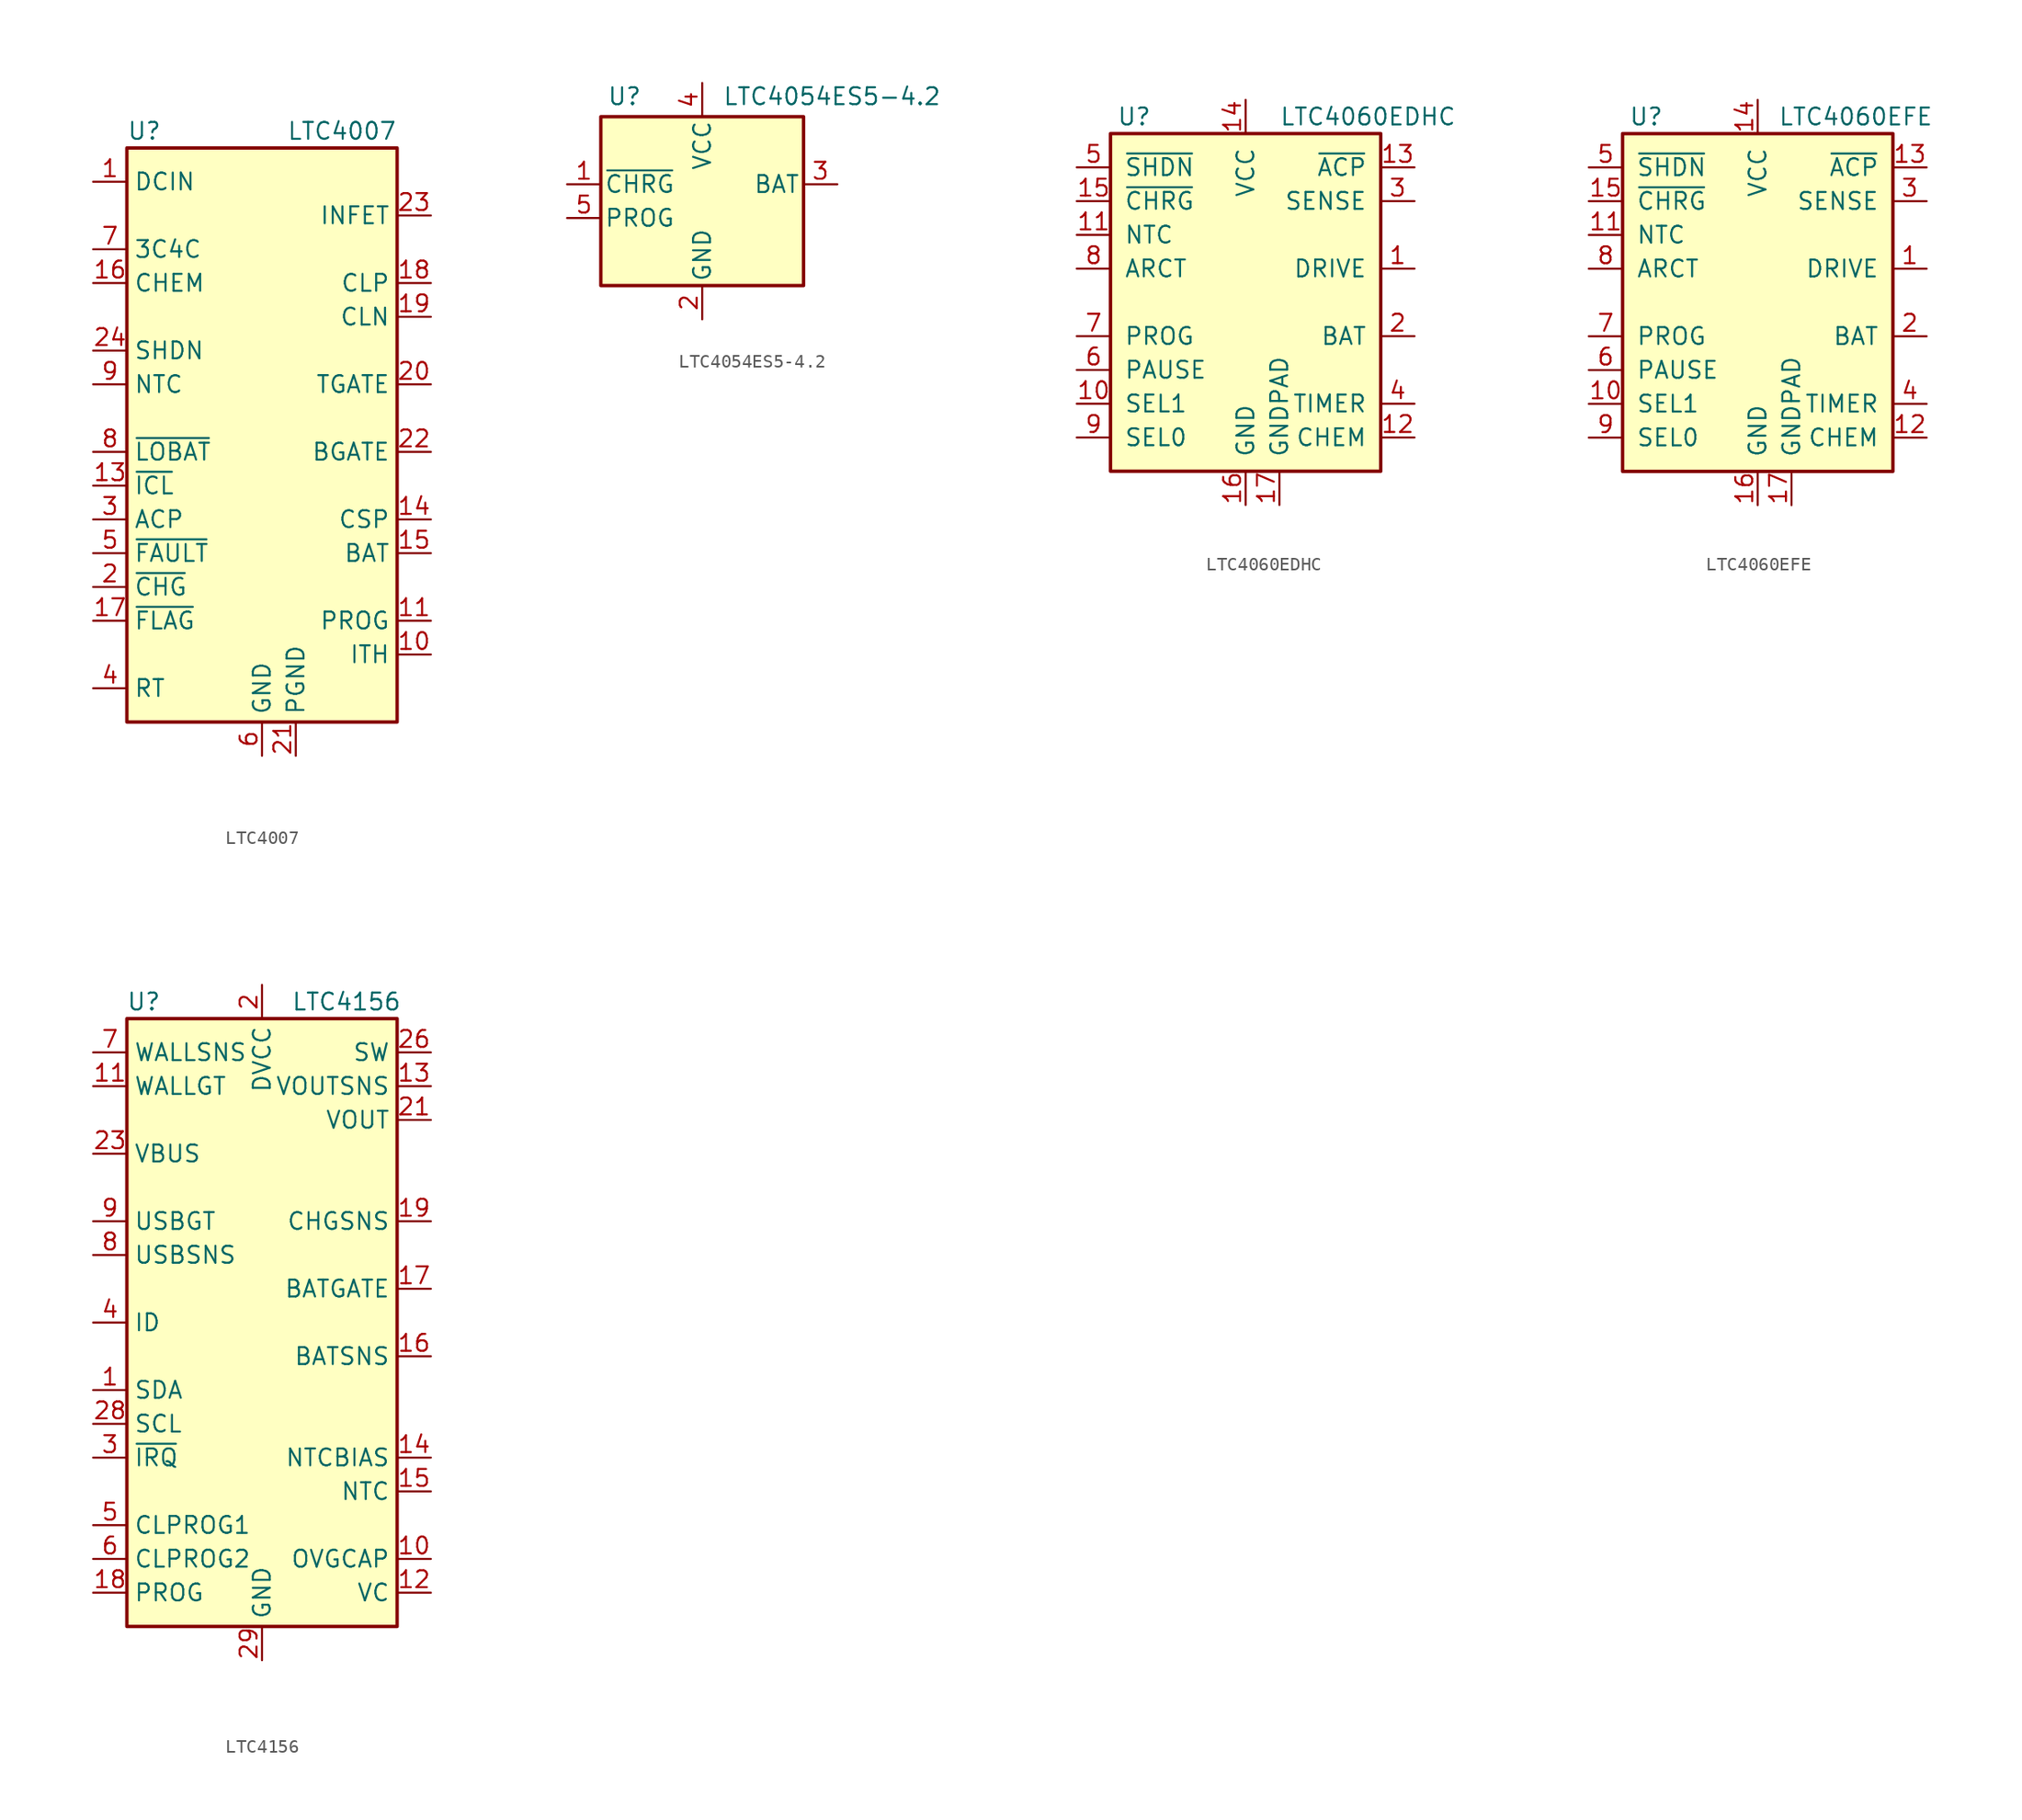
<source format=kicad_sym>
(kicad_symbol_lib
  (version 20220914)
  (generator kicad_symbol_editor)
  (symbol "LTC4007"
    (property "Reference" "U"
      (at -10.16 24.13 0)
      (effects (font (size 1.27 1.27)) (justify left)))
    (property "Value" "LTC4007"
      (at 10.16 24.13 0)
      (effects (font (size 1.27 1.27)) (justify right)))
    (symbol "LTC4007_0_1"
      (rectangle (start -10.16 22.86) (end 10.16 -20.32) (stroke (width 0.254) (type default)) (fill (type background))))
    (symbol "LTC4007_1_1"
      (pin input line (at -12.7 20.32 0) (length 2.54) (name "DCIN" (effects (font (size 1.27 1.27)))) (number "1" (effects (font (size 1.27 1.27)))))
      (pin passive line (at 12.7 -15.24 180) (length 2.54) (name "ITH" (effects (font (size 1.27 1.27)))) (number "10" (effects (font (size 1.27 1.27)))))
      (pin bidirectional line (at 12.7 -12.7 180) (length 2.54) (name "PROG" (effects (font (size 1.27 1.27)))) (number "11" (effects (font (size 1.27 1.27)))))
      (pin no_connect line (at -2.54 -20.32 90) (length 2.54) hide (name "NC" (effects (font (size 1.27 1.27)))) (number "12" (effects (font (size 1.27 1.27)))))
      (pin output line (at -12.7 -2.54 0) (length 2.54) (name "~{ICL}" (effects (font (size 1.27 1.27)))) (number "13" (effects (font (size 1.27 1.27)))))
      (pin input line (at 12.7 -5.08 180) (length 2.54) (name "CSP" (effects (font (size 1.27 1.27)))) (number "14" (effects (font (size 1.27 1.27)))))
      (pin input line (at 12.7 -7.62 180) (length 2.54) (name "BAT" (effects (font (size 1.27 1.27)))) (number "15" (effects (font (size 1.27 1.27)))))
      (pin input line (at -12.7 12.7 0) (length 2.54) (name "CHEM" (effects (font (size 1.27 1.27)))) (number "16" (effects (font (size 1.27 1.27)))))
      (pin open_collector line (at -12.7 -12.7 0) (length 2.54) (name "~{FLAG}" (effects (font (size 1.27 1.27)))) (number "17" (effects (font (size 1.27 1.27)))))
      (pin input line (at 12.7 12.7 180) (length 2.54) (name "CLP" (effects (font (size 1.27 1.27)))) (number "18" (effects (font (size 1.27 1.27)))))
      (pin input line (at 12.7 10.16 180) (length 2.54) (name "CLN" (effects (font (size 1.27 1.27)))) (number "19" (effects (font (size 1.27 1.27)))))
      (pin output line (at -12.7 -10.16 0) (length 2.54) (name "~{CHG}" (effects (font (size 1.27 1.27)))) (number "2" (effects (font (size 1.27 1.27)))))
      (pin output line (at 12.7 5.08 180) (length 2.54) (name "TGATE" (effects (font (size 1.27 1.27)))) (number "20" (effects (font (size 1.27 1.27)))))
      (pin power_in line (at 2.54 -22.86 90) (length 2.54) (name "PGND" (effects (font (size 1.27 1.27)))) (number "21" (effects (font (size 1.27 1.27)))))
      (pin output line (at 12.7 0 180) (length 2.54) (name "BGATE" (effects (font (size 1.27 1.27)))) (number "22" (effects (font (size 1.27 1.27)))))
      (pin output line (at 12.7 17.78 180) (length 2.54) (name "INFET" (effects (font (size 1.27 1.27)))) (number "23" (effects (font (size 1.27 1.27)))))
      (pin input line (at -12.7 7.62 0) (length 2.54) (name "SHDN" (effects (font (size 1.27 1.27)))) (number "24" (effects (font (size 1.27 1.27)))))
      (pin open_collector line (at -12.7 -5.08 0) (length 2.54) (name "ACP" (effects (font (size 1.27 1.27)))) (number "3" (effects (font (size 1.27 1.27)))))
      (pin passive line (at -12.7 -17.78 0) (length 2.54) (name "RT" (effects (font (size 1.27 1.27)))) (number "4" (effects (font (size 1.27 1.27)))))
      (pin open_collector line (at -12.7 -7.62 0) (length 2.54) (name "~{FAULT}" (effects (font (size 1.27 1.27)))) (number "5" (effects (font (size 1.27 1.27)))))
      (pin power_in line (at 0 -22.86 90) (length 2.54) (name "GND" (effects (font (size 1.27 1.27)))) (number "6" (effects (font (size 1.27 1.27)))))
      (pin input line (at -12.7 15.24 0) (length 2.54) (name "3C4C" (effects (font (size 1.27 1.27)))) (number "7" (effects (font (size 1.27 1.27)))))
      (pin output line (at -12.7 0 0) (length 2.54) (name "~{LOBAT}" (effects (font (size 1.27 1.27)))) (number "8" (effects (font (size 1.27 1.27)))))
      (pin input line (at -12.7 5.08 0) (length 2.54) (name "NTC" (effects (font (size 1.27 1.27)))) (number "9" (effects (font (size 1.27 1.27)))))))
  (symbol "LTC4054ES5-4.2"
    (pin_names
      (offset 0.254))
    (property "Reference" "U"
      (at -5.842 6.604 0)
      (effects (font (size 1.27 1.27))))
    (property "Value" "LTC4054ES5-4.2"
      (at 1.524 6.604 0)
      (effects (font (size 1.27 1.27)) (justify left)))
    (symbol "LTC4054ES5-4.2_0_1"
      (rectangle (start -7.62 5.08) (end 7.62 -7.62) (stroke (width 0.254) (type default)) (fill (type background))))
    (symbol "LTC4054ES5-4.2_1_1"
      (pin open_collector line (at -10.16 0 0) (length 2.54) (name "~{CHRG}" (effects (font (size 1.27 1.27)))) (number "1" (effects (font (size 1.27 1.27)))))
      (pin power_in line (at 0 -10.16 90) (length 2.54) (name "GND" (effects (font (size 1.27 1.27)))) (number "2" (effects (font (size 1.27 1.27)))))
      (pin power_out line (at 10.16 0 180) (length 2.54) (name "BAT" (effects (font (size 1.27 1.27)))) (number "3" (effects (font (size 1.27 1.27)))))
      (pin power_in line (at 0 7.62 270) (length 2.54) (name "VCC" (effects (font (size 1.27 1.27)))) (number "4" (effects (font (size 1.27 1.27)))))
      (pin bidirectional line (at -10.16 -2.54 0) (length 2.54) (name "PROG" (effects (font (size 1.27 1.27)))) (number "5" (effects (font (size 1.27 1.27)))))))
  (symbol "LTC4060EDHC"
    (pin_names
      (offset 1.016))
    (property "Reference" "U"
      (at -8.382 13.97 0)
      (effects (font (size 1.27 1.27))))
    (property "Value" "LTC4060EDHC"
      (at 2.54 13.97 0)
      (effects (font (size 1.27 1.27)) (justify left)))
    (symbol "LTC4060EDHC_0_1"
      (rectangle (start -10.16 12.7) (end 10.16 -12.7) (stroke (width 0.254) (type default)) (fill (type background))))
    (symbol "LTC4060EDHC_1_1"
      (pin output line (at 12.7 2.54 180) (length 2.54) (name "DRIVE" (effects (font (size 1.27 1.27)))) (number "1" (effects (font (size 1.27 1.27)))))
      (pin input line (at -12.7 -7.62 0) (length 2.54) (name "SEL1" (effects (font (size 1.27 1.27)))) (number "10" (effects (font (size 1.27 1.27)))))
      (pin input line (at -12.7 5.08 0) (length 2.54) (name "NTC" (effects (font (size 1.27 1.27)))) (number "11" (effects (font (size 1.27 1.27)))))
      (pin input line (at 12.7 -10.16 180) (length 2.54) (name "CHEM" (effects (font (size 1.27 1.27)))) (number "12" (effects (font (size 1.27 1.27)))))
      (pin open_collector line (at 12.7 10.16 180) (length 2.54) (name "~{ACP}" (effects (font (size 1.27 1.27)))) (number "13" (effects (font (size 1.27 1.27)))))
      (pin power_in line (at 0 15.24 270) (length 2.54) (name "VCC" (effects (font (size 1.27 1.27)))) (number "14" (effects (font (size 1.27 1.27)))))
      (pin open_collector line (at -12.7 7.62 0) (length 2.54) (name "~{CHRG}" (effects (font (size 1.27 1.27)))) (number "15" (effects (font (size 1.27 1.27)))))
      (pin power_in line (at 0 -15.24 90) (length 2.54) (name "GND" (effects (font (size 1.27 1.27)))) (number "16" (effects (font (size 1.27 1.27)))))
      (pin power_in line (at 2.54 -15.24 90) (length 2.54) (name "GNDPAD" (effects (font (size 1.27 1.27)))) (number "17" (effects (font (size 1.27 1.27)))))
      (pin input line (at 12.7 -2.54 180) (length 2.54) (name "BAT" (effects (font (size 1.27 1.27)))) (number "2" (effects (font (size 1.27 1.27)))))
      (pin input line (at 12.7 7.62 180) (length 2.54) (name "SENSE" (effects (font (size 1.27 1.27)))) (number "3" (effects (font (size 1.27 1.27)))))
      (pin input line (at 12.7 -7.62 180) (length 2.54) (name "TIMER" (effects (font (size 1.27 1.27)))) (number "4" (effects (font (size 1.27 1.27)))))
      (pin input line (at -12.7 10.16 0) (length 2.54) (name "~{SHDN}" (effects (font (size 1.27 1.27)))) (number "5" (effects (font (size 1.27 1.27)))))
      (pin input line (at -12.7 -5.08 0) (length 2.54) (name "PAUSE" (effects (font (size 1.27 1.27)))) (number "6" (effects (font (size 1.27 1.27)))))
      (pin input line (at -12.7 -2.54 0) (length 2.54) (name "PROG" (effects (font (size 1.27 1.27)))) (number "7" (effects (font (size 1.27 1.27)))))
      (pin input line (at -12.7 2.54 0) (length 2.54) (name "ARCT" (effects (font (size 1.27 1.27)))) (number "8" (effects (font (size 1.27 1.27)))))
      (pin input line (at -12.7 -10.16 0) (length 2.54) (name "SEL0" (effects (font (size 1.27 1.27)))) (number "9" (effects (font (size 1.27 1.27)))))))
  (symbol "LTC4060EFE"
    (pin_names
      (offset 1.016))
    (property "Reference" "U"
      (at -8.382 13.97 0)
      (effects (font (size 1.27 1.27))))
    (property "Value" "LTC4060EFE"
      (at 1.524 13.97 0)
      (effects (font (size 1.27 1.27)) (justify left)))
    (symbol "LTC4060EFE_0_1"
      (rectangle (start -10.16 12.7) (end 10.16 -12.7) (stroke (width 0.254) (type default)) (fill (type background))))
    (symbol "LTC4060EFE_1_1"
      (pin output line (at 12.7 2.54 180) (length 2.54) (name "DRIVE" (effects (font (size 1.27 1.27)))) (number "1" (effects (font (size 1.27 1.27)))))
      (pin input line (at -12.7 -7.62 0) (length 2.54) (name "SEL1" (effects (font (size 1.27 1.27)))) (number "10" (effects (font (size 1.27 1.27)))))
      (pin input line (at -12.7 5.08 0) (length 2.54) (name "NTC" (effects (font (size 1.27 1.27)))) (number "11" (effects (font (size 1.27 1.27)))))
      (pin input line (at 12.7 -10.16 180) (length 2.54) (name "CHEM" (effects (font (size 1.27 1.27)))) (number "12" (effects (font (size 1.27 1.27)))))
      (pin open_collector line (at 12.7 10.16 180) (length 2.54) (name "~{ACP}" (effects (font (size 1.27 1.27)))) (number "13" (effects (font (size 1.27 1.27)))))
      (pin power_in line (at 0 15.24 270) (length 2.54) (name "VCC" (effects (font (size 1.27 1.27)))) (number "14" (effects (font (size 1.27 1.27)))))
      (pin open_collector line (at -12.7 7.62 0) (length 2.54) (name "~{CHRG}" (effects (font (size 1.27 1.27)))) (number "15" (effects (font (size 1.27 1.27)))))
      (pin power_in line (at 0 -15.24 90) (length 2.54) (name "GND" (effects (font (size 1.27 1.27)))) (number "16" (effects (font (size 1.27 1.27)))))
      (pin power_in line (at 2.54 -15.24 90) (length 2.54) (name "GNDPAD" (effects (font (size 1.27 1.27)))) (number "17" (effects (font (size 1.27 1.27)))))
      (pin input line (at 12.7 -2.54 180) (length 2.54) (name "BAT" (effects (font (size 1.27 1.27)))) (number "2" (effects (font (size 1.27 1.27)))))
      (pin input line (at 12.7 7.62 180) (length 2.54) (name "SENSE" (effects (font (size 1.27 1.27)))) (number "3" (effects (font (size 1.27 1.27)))))
      (pin input line (at 12.7 -7.62 180) (length 2.54) (name "TIMER" (effects (font (size 1.27 1.27)))) (number "4" (effects (font (size 1.27 1.27)))))
      (pin input line (at -12.7 10.16 0) (length 2.54) (name "~{SHDN}" (effects (font (size 1.27 1.27)))) (number "5" (effects (font (size 1.27 1.27)))))
      (pin input line (at -12.7 -5.08 0) (length 2.54) (name "PAUSE" (effects (font (size 1.27 1.27)))) (number "6" (effects (font (size 1.27 1.27)))))
      (pin input line (at -12.7 -2.54 0) (length 2.54) (name "PROG" (effects (font (size 1.27 1.27)))) (number "7" (effects (font (size 1.27 1.27)))))
      (pin input line (at -12.7 2.54 0) (length 2.54) (name "ARCT" (effects (font (size 1.27 1.27)))) (number "8" (effects (font (size 1.27 1.27)))))
      (pin input line (at -12.7 -10.16 0) (length 2.54) (name "SEL0" (effects (font (size 1.27 1.27)))) (number "9" (effects (font (size 1.27 1.27)))))))
  (symbol "LTC4156"
    (property "Reference" "U"
      (at -8.89 24.13 0)
      (effects (font (size 1.27 1.27))))
    (property "Value" "LTC4156"
      (at 6.35 24.13 0)
      (effects (font (size 1.27 1.27))))
    (symbol "LTC4156_0_1"
      (rectangle (start -10.16 22.86) (end 10.16 -22.86) (stroke (width 0.254) (type default)) (fill (type background))))
    (symbol "LTC4156_1_1"
      (pin bidirectional line (at -12.7 -5.08 0) (length 2.54) (name "SDA" (effects (font (size 1.27 1.27)))) (number "1" (effects (font (size 1.27 1.27)))))
      (pin passive line (at 12.7 -17.78 180) (length 2.54) (name "OVGCAP" (effects (font (size 1.27 1.27)))) (number "10" (effects (font (size 1.27 1.27)))))
      (pin output line (at -12.7 17.78 0) (length 2.54) (name "WALLGT" (effects (font (size 1.27 1.27)))) (number "11" (effects (font (size 1.27 1.27)))))
      (pin passive line (at 12.7 -20.32 180) (length 2.54) (name "VC" (effects (font (size 1.27 1.27)))) (number "12" (effects (font (size 1.27 1.27)))))
      (pin input line (at 12.7 17.78 180) (length 2.54) (name "VOUTSNS" (effects (font (size 1.27 1.27)))) (number "13" (effects (font (size 1.27 1.27)))))
      (pin output line (at 12.7 -10.16 180) (length 2.54) (name "NTCBIAS" (effects (font (size 1.27 1.27)))) (number "14" (effects (font (size 1.27 1.27)))))
      (pin input line (at 12.7 -12.7 180) (length 2.54) (name "NTC" (effects (font (size 1.27 1.27)))) (number "15" (effects (font (size 1.27 1.27)))))
      (pin input line (at 12.7 -2.54 180) (length 2.54) (name "BATSNS" (effects (font (size 1.27 1.27)))) (number "16" (effects (font (size 1.27 1.27)))))
      (pin output line (at 12.7 2.54 180) (length 2.54) (name "BATGATE" (effects (font (size 1.27 1.27)))) (number "17" (effects (font (size 1.27 1.27)))))
      (pin passive line (at -12.7 -20.32 0) (length 2.54) (name "PROG" (effects (font (size 1.27 1.27)))) (number "18" (effects (font (size 1.27 1.27)))))
      (pin passive line (at 12.7 7.62 180) (length 2.54) (name "CHGSNS" (effects (font (size 1.27 1.27)))) (number "19" (effects (font (size 1.27 1.27)))))
      (pin power_in line (at 0 25.4 270) (length 2.54) (name "DVCC" (effects (font (size 1.27 1.27)))) (number "2" (effects (font (size 1.27 1.27)))))
      (pin passive line (at 12.7 7.62 180) (length 2.54) hide (name "CHGSNS" (effects (font (size 1.27 1.27)))) (number "20" (effects (font (size 1.27 1.27)))))
      (pin passive line (at 12.7 15.24 180) (length 2.54) (name "VOUT" (effects (font (size 1.27 1.27)))) (number "21" (effects (font (size 1.27 1.27)))))
      (pin passive line (at 12.7 15.24 180) (length 2.54) hide (name "VOUT" (effects (font (size 1.27 1.27)))) (number "22" (effects (font (size 1.27 1.27)))))
      (pin passive line (at -12.7 12.7 0) (length 2.54) (name "VBUS" (effects (font (size 1.27 1.27)))) (number "23" (effects (font (size 1.27 1.27)))))
      (pin passive line (at -12.7 12.7 0) (length 2.54) hide (name "VBUS" (effects (font (size 1.27 1.27)))) (number "24" (effects (font (size 1.27 1.27)))))
      (pin passive line (at -12.7 12.7 0) (length 2.54) hide (name "VBUS" (effects (font (size 1.27 1.27)))) (number "25" (effects (font (size 1.27 1.27)))))
      (pin passive line (at 12.7 20.32 180) (length 2.54) (name "SW" (effects (font (size 1.27 1.27)))) (number "26" (effects (font (size 1.27 1.27)))))
      (pin passive line (at 12.7 20.32 180) (length 2.54) hide (name "SW" (effects (font (size 1.27 1.27)))) (number "27" (effects (font (size 1.27 1.27)))))
      (pin input line (at -12.7 -7.62 0) (length 2.54) (name "SCL" (effects (font (size 1.27 1.27)))) (number "28" (effects (font (size 1.27 1.27)))))
      (pin power_in line (at 0 -25.4 90) (length 2.54) (name "GND" (effects (font (size 1.27 1.27)))) (number "29" (effects (font (size 1.27 1.27)))))
      (pin open_collector line (at -12.7 -10.16 0) (length 2.54) (name "~{IRQ}" (effects (font (size 1.27 1.27)))) (number "3" (effects (font (size 1.27 1.27)))))
      (pin input line (at -12.7 0 0) (length 2.54) (name "ID" (effects (font (size 1.27 1.27)))) (number "4" (effects (font (size 1.27 1.27)))))
      (pin passive line (at -12.7 -15.24 0) (length 2.54) (name "CLPROG1" (effects (font (size 1.27 1.27)))) (number "5" (effects (font (size 1.27 1.27)))))
      (pin passive line (at -12.7 -17.78 0) (length 2.54) (name "CLPROG2" (effects (font (size 1.27 1.27)))) (number "6" (effects (font (size 1.27 1.27)))))
      (pin input line (at -12.7 20.32 0) (length 2.54) (name "WALLSNS" (effects (font (size 1.27 1.27)))) (number "7" (effects (font (size 1.27 1.27)))))
      (pin input line (at -12.7 5.08 0) (length 2.54) (name "USBSNS" (effects (font (size 1.27 1.27)))) (number "8" (effects (font (size 1.27 1.27)))))
      (pin output line (at -12.7 7.62 0) (length 2.54) (name "USBGT" (effects (font (size 1.27 1.27)))) (number "9" (effects (font (size 1.27 1.27))))))))
</source>
